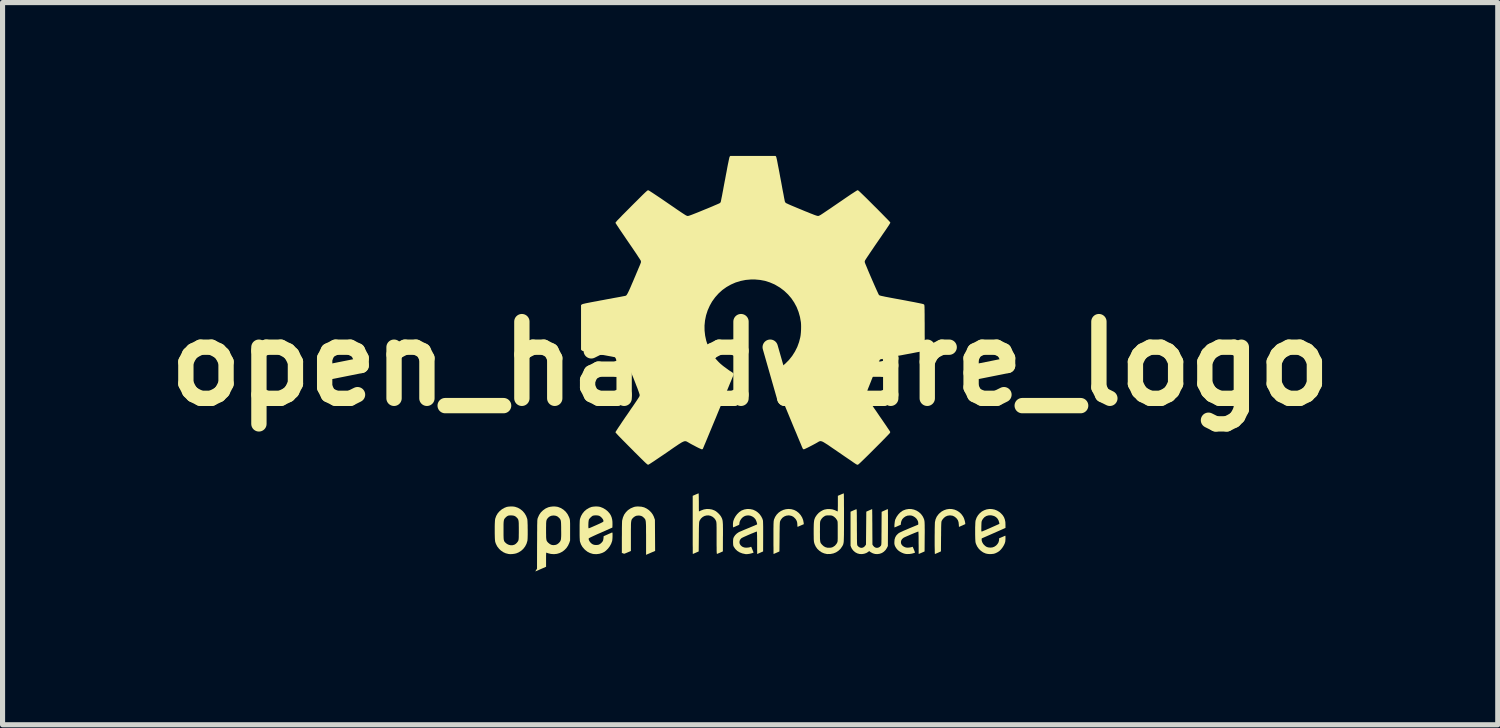
<source format=kicad_pcb>
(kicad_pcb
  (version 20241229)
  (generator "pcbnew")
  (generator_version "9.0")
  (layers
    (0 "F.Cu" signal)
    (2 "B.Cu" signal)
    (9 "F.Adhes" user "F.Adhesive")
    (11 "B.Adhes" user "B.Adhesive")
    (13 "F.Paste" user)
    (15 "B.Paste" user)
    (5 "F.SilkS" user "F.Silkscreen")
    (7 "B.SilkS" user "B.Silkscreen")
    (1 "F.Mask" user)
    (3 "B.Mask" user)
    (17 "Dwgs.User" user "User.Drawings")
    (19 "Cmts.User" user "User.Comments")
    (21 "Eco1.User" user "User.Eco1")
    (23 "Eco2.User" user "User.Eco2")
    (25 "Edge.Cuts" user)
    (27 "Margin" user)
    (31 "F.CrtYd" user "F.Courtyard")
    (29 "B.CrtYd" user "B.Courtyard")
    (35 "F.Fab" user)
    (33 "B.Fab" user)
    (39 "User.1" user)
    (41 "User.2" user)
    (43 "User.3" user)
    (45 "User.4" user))
  (footprint "open_hardware_logo"
    (layer "F.Cu")
    (at 11.621 4.062)
    (property "Reference" "open_hardware_logo" (at 0 0 0) (layer "F.SilkS") (effects (font (size 1.5 1.5) (thickness 0.3))))
    (attr board_only exclude_from_pos_files exclude_from_bom)
    (fp_poly (pts (xy 0.808 2.847) (xy 0.861 2.862) (xy 0.909 2.887) (xy 0.952 2.921) (xy 0.988 2.962) (xy 1.017 3.009) (xy 1.037 3.06) (xy 1.046 3.106) (xy 1.05 3.14) (xy 0.994 3.164) (xy 0.97 3.174) (xy 0.95 3.183) (xy 0.936 3.189) (xy 0.931 3.191) (xy 0.927 3.19) (xy 0.925 3.18) (xy 0.924 3.161) (xy 0.924 3.155) (xy 0.921 3.113) (xy 0.912 3.078) (xy 0.895 3.047) (xy 0.878 3.026) (xy 0.847 2.997) (xy 0.813 2.979) (xy 0.775 2.97) (xy 0.749 2.968) (xy 0.705 2.974) (xy 0.666 2.99) (xy 0.631 3.015) (xy 0.604 3.049) (xy 0.591 3.072) (xy 0.588 3.079) (xy 0.586 3.085) (xy 0.584 3.093) (xy 0.582 3.104) (xy 0.581 3.117) (xy 0.58 3.136) (xy 0.579 3.159) (xy 0.578 3.189) (xy 0.578 3.227) (xy 0.577 3.273) (xy 0.576 3.328) (xy 0.576 3.386) (xy 0.573 3.673) (xy 0.517 3.698) (xy 0.494 3.708) (xy 0.475 3.716) (xy 0.462 3.722) (xy 0.458 3.723) (xy 0.458 3.718) (xy 0.457 3.702) (xy 0.457 3.676) (xy 0.457 3.643) (xy 0.457 3.602) (xy 0.456 3.555) (xy 0.456 3.502) (xy 0.456 3.445) (xy 0.456 3.404) (xy 0.456 3.336) (xy 0.456 3.277) (xy 0.456 3.229) (xy 0.457 3.188) (xy 0.457 3.155) (xy 0.458 3.129) (xy 0.459 3.108) (xy 0.46 3.091) (xy 0.461 3.078) (xy 0.463 3.068) (xy 0.465 3.059) (xy 0.467 3.051) (xy 0.467 3.049) (xy 0.489 2.998) (xy 0.519 2.953) (xy 0.556 2.915) (xy 0.6 2.884) (xy 0.648 2.861) (xy 0.7 2.847) (xy 0.753 2.842)) (stroke (width 0) (type solid)) (fill yes) (layer "F.SilkS"))
    (fp_poly (pts (xy 3.946 2.844) (xy 3.997 2.855) (xy 4.045 2.875) (xy 4.089 2.903) (xy 4.129 2.94) (xy 4.162 2.985) (xy 4.177 3.013) (xy 4.185 3.032) (xy 4.192 3.054) (xy 4.199 3.079) (xy 4.204 3.102) (xy 4.207 3.122) (xy 4.208 3.135) (xy 4.207 3.139) (xy 4.201 3.141) (xy 4.188 3.148) (xy 4.169 3.156) (xy 4.148 3.166) (xy 4.126 3.175) (xy 4.107 3.184) (xy 4.092 3.19) (xy 4.085 3.193) (xy 4.085 3.193) (xy 4.084 3.188) (xy 4.083 3.173) (xy 4.082 3.153) (xy 4.081 3.143) (xy 4.076 3.1) (xy 4.064 3.064) (xy 4.044 3.034) (xy 4.025 3.014) (xy 3.992 2.989) (xy 3.958 2.974) (xy 3.919 2.969) (xy 3.907 2.968) (xy 3.863 2.974) (xy 3.824 2.99) (xy 3.79 3.016) (xy 3.761 3.051) (xy 3.75 3.069) (xy 3.747 3.074) (xy 3.745 3.08) (xy 3.743 3.087) (xy 3.741 3.096) (xy 3.74 3.108) (xy 3.739 3.124) (xy 3.738 3.145) (xy 3.737 3.172) (xy 3.736 3.207) (xy 3.736 3.249) (xy 3.735 3.301) (xy 3.735 3.363) (xy 3.734 3.383) (xy 3.732 3.672) (xy 3.675 3.698) (xy 3.652 3.708) (xy 3.632 3.716) (xy 3.619 3.722) (xy 3.614 3.723) (xy 3.613 3.718) (xy 3.612 3.702) (xy 3.611 3.677) (xy 3.611 3.643) (xy 3.61 3.603) (xy 3.609 3.556) (xy 3.609 3.505) (xy 3.609 3.449) (xy 3.609 3.433) (xy 3.609 3.368) (xy 3.61 3.307) (xy 3.61 3.252) (xy 3.611 3.203) (xy 3.612 3.162) (xy 3.613 3.13) (xy 3.614 3.107) (xy 3.615 3.098) (xy 3.627 3.044) (xy 3.649 2.994) (xy 3.682 2.949) (xy 3.7 2.93) (xy 3.744 2.893) (xy 3.792 2.867) (xy 3.842 2.85) (xy 3.894 2.842)) (stroke (width 0) (type solid)) (fill yes) (layer "F.SilkS"))
    (fp_poly (pts (xy -2.126 2.798) (xy -2.073 2.811) (xy -2.025 2.834) (xy -1.979 2.866) (xy -1.965 2.879) (xy -1.93 2.915) (xy -1.904 2.952) (xy -1.883 2.994) (xy -1.877 3.012) (xy -1.862 3.053) (xy -1.86 3.358) (xy -1.858 3.663) (xy -1.914 3.687) (xy -1.942 3.699) (xy -1.969 3.711) (xy -1.993 3.721) (xy -2.003 3.725) (xy -2.035 3.74) (xy -2.035 3.419) (xy -2.035 3.346) (xy -2.036 3.284) (xy -2.036 3.231) (xy -2.036 3.187) (xy -2.037 3.15) (xy -2.039 3.12) (xy -2.04 3.096) (xy -2.043 3.078) (xy -2.046 3.063) (xy -2.05 3.051) (xy -2.055 3.041) (xy -2.061 3.033) (xy -2.068 3.025) (xy -2.075 3.017) (xy -2.102 2.993) (xy -2.129 2.979) (xy -2.16 2.972) (xy -2.182 2.971) (xy -2.219 2.974) (xy -2.249 2.985) (xy -2.277 3.004) (xy -2.29 3.017) (xy -2.299 3.026) (xy -2.307 3.035) (xy -2.313 3.044) (xy -2.318 3.054) (xy -2.322 3.066) (xy -2.325 3.082) (xy -2.328 3.102) (xy -2.33 3.128) (xy -2.331 3.159) (xy -2.331 3.198) (xy -2.332 3.246) (xy -2.332 3.302) (xy -2.332 3.369) (xy -2.332 3.378) (xy -2.332 3.664) (xy -2.401 3.694) (xy -2.43 3.706) (xy -2.45 3.714) (xy -2.463 3.718) (xy -2.471 3.718) (xy -2.475 3.716) (xy -2.476 3.715) (xy -2.485 3.708) (xy -2.495 3.706) (xy -2.509 3.706) (xy -2.509 3.405) (xy -2.508 3.337) (xy -2.508 3.275) (xy -2.508 3.219) (xy -2.507 3.17) (xy -2.506 3.13) (xy -2.505 3.098) (xy -2.504 3.077) (xy -2.503 3.068) (xy -2.487 3.007) (xy -2.463 2.952) (xy -2.429 2.905) (xy -2.388 2.864) (xy -2.338 2.831) (xy -2.284 2.808) (xy -2.259 2.8) (xy -2.235 2.796) (xy -2.207 2.794) (xy -2.185 2.794)) (stroke (width 0) (type solid)) (fill yes) (layer "F.SilkS"))
    (fp_poly (pts (xy 2.694 2.851) (xy 2.695 2.867) (xy 2.695 2.892) (xy 2.695 2.926) (xy 2.696 2.968) (xy 2.696 3.016) (xy 2.696 3.07) (xy 2.696 3.128) (xy 2.696 3.19) (xy 2.696 3.206) (xy 2.694 3.567) (xy 2.675 3.605) (xy 2.649 3.645) (xy 2.616 3.678) (xy 2.578 3.703) (xy 2.536 3.718) (xy 2.491 3.725) (xy 2.445 3.723) (xy 2.4 3.71) (xy 2.358 3.688) (xy 2.346 3.679) (xy 2.328 3.666) (xy 2.307 3.683) (xy 2.272 3.704) (xy 2.231 3.718) (xy 2.186 3.725) (xy 2.142 3.723) (xy 2.141 3.723) (xy 2.096 3.711) (xy 2.055 3.689) (xy 2.02 3.659) (xy 1.991 3.622) (xy 1.977 3.594) (xy 1.964 3.561) (xy 1.964 3.228) (xy 1.964 2.896) (xy 2.015 2.873) (xy 2.038 2.863) (xy 2.058 2.855) (xy 2.072 2.849) (xy 2.076 2.848) (xy 2.078 2.847) (xy 2.08 2.849) (xy 2.082 2.852) (xy 2.083 2.859) (xy 2.084 2.87) (xy 2.085 2.885) (xy 2.086 2.906) (xy 2.086 2.934) (xy 2.087 2.969) (xy 2.087 3.012) (xy 2.087 3.064) (xy 2.088 3.126) (xy 2.088 3.195) (xy 2.088 3.267) (xy 2.089 3.328) (xy 2.089 3.38) (xy 2.089 3.423) (xy 2.09 3.458) (xy 2.09 3.486) (xy 2.091 3.508) (xy 2.092 3.525) (xy 2.093 3.537) (xy 2.095 3.546) (xy 2.096 3.552) (xy 2.098 3.557) (xy 2.101 3.56) (xy 2.102 3.562) (xy 2.125 3.585) (xy 2.152 3.599) (xy 2.18 3.603) (xy 2.208 3.597) (xy 2.233 3.581) (xy 2.25 3.562) (xy 2.266 3.539) (xy 2.269 3.217) (xy 2.272 2.895) (xy 2.328 2.87) (xy 2.351 2.86) (xy 2.37 2.852) (xy 2.383 2.846) (xy 2.387 2.845) (xy 2.387 2.851) (xy 2.387 2.867) (xy 2.388 2.892) (xy 2.388 2.926) (xy 2.389 2.967) (xy 2.389 3.015) (xy 2.389 3.068) (xy 2.39 3.126) (xy 2.39 3.188) (xy 2.39 3.191) (xy 2.392 3.538) (xy 2.405 3.559) (xy 2.426 3.583) (xy 2.451 3.598) (xy 2.479 3.603) (xy 2.507 3.599) (xy 2.534 3.585) (xy 2.557 3.562) (xy 2.559 3.558) (xy 2.561 3.554) (xy 2.563 3.548) (xy 2.565 3.54) (xy 2.566 3.529) (xy 2.567 3.513) (xy 2.568 3.492) (xy 2.568 3.465) (xy 2.569 3.432) (xy 2.569 3.39) (xy 2.569 3.34) (xy 2.57 3.279) (xy 2.57 3.222) (xy 2.572 2.898) (xy 2.631 2.871) (xy 2.654 2.861) (xy 2.674 2.852) (xy 2.688 2.847) (xy 2.693 2.845)) (stroke (width 0) (type solid)) (fill yes) (layer "F.SilkS"))
    (fp_poly (pts (xy -1.007 2.543) (xy -1.006 2.558) (xy -1.005 2.582) (xy -1.004 2.614) (xy -1.004 2.651) (xy -1.003 2.693) (xy -1.003 2.714) (xy -1.003 2.757) (xy -1.003 2.797) (xy -1.003 2.832) (xy -1.002 2.859) (xy -1.002 2.879) (xy -1.001 2.889) (xy -1.001 2.891) (xy -0.995 2.888) (xy -0.982 2.882) (xy -0.963 2.874) (xy -0.957 2.871) (xy -0.906 2.852) (xy -0.852 2.843) (xy -0.798 2.844) (xy -0.745 2.853) (xy -0.696 2.872) (xy -0.668 2.888) (xy -0.642 2.909) (xy -0.614 2.935) (xy -0.589 2.963) (xy -0.57 2.99) (xy -0.565 2.999) (xy -0.558 3.013) (xy -0.551 3.027) (xy -0.546 3.041) (xy -0.542 3.056) (xy -0.538 3.074) (xy -0.536 3.095) (xy -0.534 3.12) (xy -0.532 3.152) (xy -0.532 3.189) (xy -0.531 3.235) (xy -0.531 3.289) (xy -0.531 3.353) (xy -0.532 3.389) (xy -0.533 3.672) (xy -0.584 3.695) (xy -0.607 3.705) (xy -0.627 3.713) (xy -0.641 3.719) (xy -0.645 3.721) (xy -0.648 3.721) (xy -0.649 3.72) (xy -0.651 3.716) (xy -0.652 3.709) (xy -0.653 3.698) (xy -0.654 3.682) (xy -0.655 3.66) (xy -0.655 3.632) (xy -0.655 3.595) (xy -0.656 3.55) (xy -0.656 3.496) (xy -0.656 3.431) (xy -0.656 3.416) (xy -0.656 3.348) (xy -0.656 3.292) (xy -0.656 3.244) (xy -0.656 3.205) (xy -0.657 3.173) (xy -0.657 3.148) (xy -0.658 3.129) (xy -0.659 3.114) (xy -0.661 3.102) (xy -0.662 3.093) (xy -0.664 3.085) (xy -0.667 3.078) (xy -0.667 3.077) (xy -0.679 3.053) (xy -0.697 3.029) (xy -0.703 3.022) (xy -0.737 2.994) (xy -0.775 2.976) (xy -0.815 2.968) (xy -0.854 2.97) (xy -0.893 2.98) (xy -0.928 2.999) (xy -0.959 3.027) (xy -0.984 3.063) (xy -0.988 3.072) (xy -0.991 3.079) (xy -0.993 3.085) (xy -0.995 3.093) (xy -0.997 3.104) (xy -0.998 3.117) (xy -0.999 3.136) (xy -1 3.159) (xy -1.001 3.189) (xy -1.002 3.227) (xy -1.002 3.273) (xy -1.003 3.328) (xy -1.003 3.386) (xy -1.006 3.673) (xy -1.063 3.698) (xy -1.086 3.708) (xy -1.105 3.716) (xy -1.117 3.722) (xy -1.121 3.723) (xy -1.121 3.717) (xy -1.122 3.701) (xy -1.122 3.675) (xy -1.122 3.64) (xy -1.122 3.596) (xy -1.123 3.545) (xy -1.123 3.487) (xy -1.123 3.423) (xy -1.123 3.354) (xy -1.123 3.28) (xy -1.123 3.203) (xy -1.123 3.154) (xy -1.123 2.585) (xy -1.068 2.561) (xy -1.044 2.551) (xy -1.025 2.543) (xy -1.012 2.538) (xy -1.008 2.537)) (stroke (width 0) (type solid)) (fill yes) (layer "F.SilkS"))
    (fp_poly (pts (xy -4.622 2.796) (xy -4.598 2.8) (xy -4.542 2.819) (xy -4.492 2.848) (xy -4.447 2.885) (xy -4.41 2.929) (xy -4.381 2.978) (xy -4.361 3.032) (xy -4.358 3.044) (xy -4.356 3.061) (xy -4.354 3.087) (xy -4.353 3.122) (xy -4.351 3.162) (xy -4.351 3.205) (xy -4.35 3.251) (xy -4.35 3.297) (xy -4.35 3.342) (xy -4.351 3.382) (xy -4.352 3.418) (xy -4.354 3.446) (xy -4.356 3.465) (xy -4.357 3.468) (xy -4.374 3.524) (xy -4.401 3.576) (xy -4.437 3.623) (xy -4.48 3.662) (xy -4.529 3.692) (xy -4.575 3.711) (xy -4.611 3.719) (xy -4.651 3.724) (xy -4.691 3.726) (xy -4.725 3.723) (xy -4.725 3.723) (xy -4.781 3.709) (xy -4.829 3.687) (xy -4.874 3.656) (xy -4.909 3.623) (xy -4.946 3.576) (xy -4.972 3.525) (xy -4.986 3.485) (xy -4.988 3.468) (xy -4.991 3.441) (xy -4.993 3.406) (xy -4.994 3.365) (xy -4.995 3.32) (xy -4.995 3.273) (xy -4.995 3.257) (xy -4.823 3.257) (xy -4.823 3.311) (xy -4.823 3.355) (xy -4.822 3.39) (xy -4.821 3.417) (xy -4.819 3.439) (xy -4.815 3.455) (xy -4.811 3.469) (xy -4.805 3.48) (xy -4.797 3.49) (xy -4.787 3.5) (xy -4.785 3.503) (xy -4.755 3.527) (xy -4.719 3.544) (xy -4.681 3.552) (xy -4.644 3.551) (xy -4.61 3.541) (xy -4.587 3.527) (xy -4.564 3.506) (xy -4.545 3.482) (xy -4.532 3.458) (xy -4.532 3.457) (xy -4.53 3.448) (xy -4.528 3.434) (xy -4.526 3.413) (xy -4.525 3.386) (xy -4.525 3.351) (xy -4.524 3.306) (xy -4.524 3.258) (xy -4.524 3.205) (xy -4.525 3.161) (xy -4.525 3.126) (xy -4.527 3.098) (xy -4.529 3.077) (xy -4.533 3.06) (xy -4.537 3.047) (xy -4.543 3.036) (xy -4.551 3.025) (xy -4.56 3.015) (xy -4.583 2.993) (xy -4.607 2.979) (xy -4.635 2.971) (xy -4.67 2.968) (xy -4.675 2.968) (xy -4.707 2.969) (xy -4.731 2.973) (xy -4.751 2.983) (xy -4.771 2.998) (xy -4.781 3.008) (xy -4.792 3.02) (xy -4.801 3.03) (xy -4.808 3.041) (xy -4.813 3.054) (xy -4.817 3.07) (xy -4.82 3.091) (xy -4.822 3.117) (xy -4.823 3.15) (xy -4.823 3.192) (xy -4.823 3.244) (xy -4.823 3.257) (xy -4.995 3.257) (xy -4.995 3.225) (xy -4.995 3.178) (xy -4.994 3.135) (xy -4.992 3.096) (xy -4.99 3.064) (xy -4.987 3.04) (xy -4.985 3.031) (xy -4.966 2.978) (xy -4.937 2.928) (xy -4.899 2.885) (xy -4.854 2.848) (xy -4.803 2.819) (xy -4.759 2.802) (xy -4.73 2.797) (xy -4.694 2.794) (xy -4.657 2.793)) (stroke (width 0) (type solid)) (fill yes) (layer "F.SilkS"))
    (fp_poly (pts (xy 4.727 2.844) (xy 4.779 2.854) (xy 4.828 2.873) (xy 4.876 2.902) (xy 4.907 2.929) (xy 4.941 2.966) (xy 4.966 3.006) (xy 4.982 3.049) (xy 4.992 3.098) (xy 4.994 3.153) (xy 4.994 3.213) (xy 4.762 3.316) (xy 4.53 3.418) (xy 4.528 3.437) (xy 4.53 3.465) (xy 4.541 3.496) (xy 4.558 3.525) (xy 4.572 3.542) (xy 4.6 3.568) (xy 4.629 3.586) (xy 4.662 3.595) (xy 4.702 3.598) (xy 4.706 3.598) (xy 4.744 3.593) (xy 4.779 3.579) (xy 4.811 3.557) (xy 4.837 3.529) (xy 4.857 3.497) (xy 4.867 3.462) (xy 4.869 3.443) (xy 4.869 3.417) (xy 4.927 3.392) (xy 4.951 3.382) (xy 4.971 3.373) (xy 4.985 3.367) (xy 4.99 3.365) (xy 4.992 3.369) (xy 4.994 3.382) (xy 4.994 3.401) (xy 4.994 3.423) (xy 4.993 3.447) (xy 4.991 3.468) (xy 4.989 3.486) (xy 4.988 3.489) (xy 4.976 3.525) (xy 4.956 3.564) (xy 4.931 3.603) (xy 4.903 3.637) (xy 4.874 3.665) (xy 4.869 3.669) (xy 4.836 3.69) (xy 4.801 3.707) (xy 4.769 3.718) (xy 4.755 3.72) (xy 4.727 3.723) (xy 4.707 3.725) (xy 4.689 3.725) (xy 4.671 3.724) (xy 4.661 3.723) (xy 4.638 3.72) (xy 4.615 3.715) (xy 4.604 3.712) (xy 4.556 3.691) (xy 4.512 3.66) (xy 4.473 3.622) (xy 4.441 3.577) (xy 4.418 3.528) (xy 4.41 3.503) (xy 4.407 3.486) (xy 4.405 3.46) (xy 4.403 3.425) (xy 4.402 3.385) (xy 4.401 3.341) (xy 4.401 3.295) (xy 4.401 3.248) (xy 4.401 3.248) (xy 4.521 3.248) (xy 4.522 3.265) (xy 4.523 3.276) (xy 4.525 3.282) (xy 4.528 3.284) (xy 4.529 3.284) (xy 4.537 3.282) (xy 4.553 3.275) (xy 4.577 3.265) (xy 4.608 3.253) (xy 4.643 3.237) (xy 4.683 3.22) (xy 4.707 3.209) (xy 4.875 3.134) (xy 4.872 3.111) (xy 4.859 3.068) (xy 4.838 3.031) (xy 4.809 3.002) (xy 4.773 2.981) (xy 4.729 2.969) (xy 4.707 2.966) (xy 4.661 2.968) (xy 4.62 2.98) (xy 4.584 3.002) (xy 4.555 3.034) (xy 4.54 3.058) (xy 4.534 3.069) (xy 4.53 3.08) (xy 4.527 3.092) (xy 4.525 3.107) (xy 4.524 3.129) (xy 4.523 3.157) (xy 4.522 3.186) (xy 4.522 3.222) (xy 4.521 3.248) (xy 4.401 3.248) (xy 4.401 3.202) (xy 4.403 3.16) (xy 4.404 3.123) (xy 4.406 3.093) (xy 4.409 3.072) (xy 4.41 3.066) (xy 4.429 3.012) (xy 4.457 2.965) (xy 4.492 2.925) (xy 4.532 2.892) (xy 4.577 2.868) (xy 4.625 2.851) (xy 4.676 2.843)) (stroke (width 0) (type solid)) (fill yes) (layer "F.SilkS"))
    (fp_poly (pts (xy -3.775 2.799) (xy -3.757 2.803) (xy -3.7 2.825) (xy -3.65 2.857) (xy -3.606 2.897) (xy -3.57 2.945) (xy -3.542 3.001) (xy -3.531 3.031) (xy -3.528 3.041) (xy -3.526 3.052) (xy -3.524 3.066) (xy -3.523 3.083) (xy -3.522 3.105) (xy -3.521 3.133) (xy -3.521 3.169) (xy -3.521 3.214) (xy -3.521 3.261) (xy -3.521 3.458) (xy -3.536 3.504) (xy -3.561 3.559) (xy -3.594 3.608) (xy -3.636 3.65) (xy -3.673 3.678) (xy -3.724 3.704) (xy -3.778 3.72) (xy -3.836 3.726) (xy -3.895 3.722) (xy -3.954 3.708) (xy -3.981 3.697) (xy -3.984 3.697) (xy -3.987 3.699) (xy -3.988 3.704) (xy -3.99 3.715) (xy -3.99 3.731) (xy -3.991 3.756) (xy -3.991 3.789) (xy -3.991 3.832) (xy -3.991 3.833) (xy -3.991 3.973) (xy -4.078 4.011) (xy -4.117 4.028) (xy -4.147 4.042) (xy -4.169 4.051) (xy -4.185 4.058) (xy -4.194 4.061) (xy -4.199 4.063) (xy -4.201 4.062) (xy -4.2 4.06) (xy -4.199 4.058) (xy -4.193 4.049) (xy -4.184 4.035) (xy -4.181 4.03) (xy -4.168 4.009) (xy -4.167 3.531) (xy -4.166 3.446) (xy -4.166 3.372) (xy -4.166 3.308) (xy -4.165 3.258) (xy -3.991 3.258) (xy -3.991 3.312) (xy -3.99 3.355) (xy -3.99 3.39) (xy -3.988 3.417) (xy -3.985 3.439) (xy -3.982 3.455) (xy -3.976 3.469) (xy -3.969 3.48) (xy -3.961 3.49) (xy -3.95 3.502) (xy -3.949 3.503) (xy -3.915 3.53) (xy -3.88 3.546) (xy -3.842 3.55) (xy -3.801 3.544) (xy -3.798 3.543) (xy -3.774 3.533) (xy -3.75 3.515) (xy -3.74 3.506) (xy -3.728 3.493) (xy -3.718 3.481) (xy -3.711 3.468) (xy -3.705 3.454) (xy -3.7 3.435) (xy -3.698 3.412) (xy -3.696 3.383) (xy -3.695 3.347) (xy -3.695 3.301) (xy -3.696 3.246) (xy -3.696 3.246) (xy -3.696 3.194) (xy -3.697 3.152) (xy -3.698 3.119) (xy -3.7 3.093) (xy -3.703 3.072) (xy -3.708 3.057) (xy -3.714 3.044) (xy -3.721 3.033) (xy -3.732 3.021) (xy -3.744 3.009) (xy -3.77 2.988) (xy -3.799 2.976) (xy -3.833 2.971) (xy -3.847 2.97) (xy -3.886 2.975) (xy -3.919 2.988) (xy -3.947 3.01) (xy -3.952 3.015) (xy -3.962 3.027) (xy -3.97 3.038) (xy -3.977 3.049) (xy -3.982 3.063) (xy -3.986 3.079) (xy -3.988 3.1) (xy -3.99 3.127) (xy -3.99 3.161) (xy -3.991 3.203) (xy -3.991 3.256) (xy -3.991 3.258) (xy -4.165 3.258) (xy -4.165 3.252) (xy -4.165 3.205) (xy -4.165 3.166) (xy -4.164 3.133) (xy -4.163 3.106) (xy -4.163 3.085) (xy -4.162 3.068) (xy -4.161 3.054) (xy -4.159 3.044) (xy -4.158 3.035) (xy -4.156 3.028) (xy -4.154 3.021) (xy -4.152 3.016) (xy -4.127 2.96) (xy -4.094 2.911) (xy -4.051 2.869) (xy -4.002 2.834) (xy -3.947 2.809) (xy -3.943 2.808) (xy -3.905 2.799) (xy -3.861 2.794) (xy -3.816 2.794)) (stroke (width 0) (type solid)) (fill yes) (layer "F.SilkS"))
    (fp_poly (pts (xy -2.993 2.794) (xy -2.957 2.797) (xy -2.93 2.803) (xy -2.877 2.824) (xy -2.828 2.853) (xy -2.784 2.889) (xy -2.748 2.93) (xy -2.723 2.971) (xy -2.708 3.009) (xy -2.698 3.049) (xy -2.693 3.092) (xy -2.692 3.143) (xy -2.692 3.146) (xy -2.694 3.206) (xy -2.926 3.309) (xy -2.982 3.333) (xy -3.028 3.354) (xy -3.065 3.371) (xy -3.095 3.385) (xy -3.118 3.396) (xy -3.134 3.404) (xy -3.146 3.411) (xy -3.153 3.416) (xy -3.157 3.42) (xy -3.159 3.424) (xy -3.159 3.425) (xy -3.154 3.449) (xy -3.141 3.475) (xy -3.122 3.5) (xy -3.099 3.521) (xy -3.074 3.536) (xy -3.074 3.536) (xy -3.048 3.544) (xy -3.018 3.547) (xy -2.988 3.546) (xy -2.962 3.541) (xy -2.952 3.537) (xy -2.931 3.524) (xy -2.909 3.505) (xy -2.89 3.484) (xy -2.881 3.469) (xy -2.875 3.455) (xy -2.871 3.433) (xy -2.868 3.414) (xy -2.865 3.375) (xy -2.788 3.341) (xy -2.76 3.328) (xy -2.735 3.318) (xy -2.716 3.309) (xy -2.703 3.304) (xy -2.701 3.304) (xy -2.697 3.303) (xy -2.694 3.306) (xy -2.692 3.314) (xy -2.691 3.329) (xy -2.691 3.353) (xy -2.691 3.371) (xy -2.692 3.409) (xy -2.695 3.442) (xy -2.698 3.467) (xy -2.7 3.472) (xy -2.718 3.523) (xy -2.745 3.572) (xy -2.779 3.617) (xy -2.818 3.656) (xy -2.847 3.679) (xy -2.895 3.703) (xy -2.948 3.719) (xy -3.003 3.726) (xy -3.058 3.724) (xy -3.081 3.72) (xy -3.132 3.704) (xy -3.177 3.682) (xy -3.219 3.65) (xy -3.239 3.632) (xy -3.279 3.586) (xy -3.308 3.536) (xy -3.327 3.483) (xy -3.329 3.473) (xy -3.331 3.459) (xy -3.332 3.433) (xy -3.334 3.399) (xy -3.335 3.357) (xy -3.335 3.308) (xy -3.335 3.256) (xy -3.335 3.202) (xy -3.335 3.157) (xy -3.164 3.157) (xy -3.164 3.182) (xy -3.163 3.203) (xy -3.161 3.217) (xy -3.158 3.221) (xy -3.151 3.219) (xy -3.135 3.213) (xy -3.111 3.203) (xy -3.081 3.19) (xy -3.047 3.175) (xy -3.01 3.159) (xy -2.968 3.14) (xy -2.935 3.125) (xy -2.911 3.113) (xy -2.893 3.104) (xy -2.881 3.097) (xy -2.874 3.092) (xy -2.87 3.087) (xy -2.869 3.082) (xy -2.871 3.062) (xy -2.882 3.04) (xy -2.9 3.017) (xy -2.922 2.995) (xy -2.947 2.979) (xy -2.948 2.978) (xy -2.967 2.972) (xy -2.993 2.968) (xy -3.021 2.967) (xy -3.049 2.969) (xy -3.072 2.973) (xy -3.082 2.977) (xy -3.101 2.991) (xy -3.122 3.01) (xy -3.141 3.031) (xy -3.152 3.047) (xy -3.156 3.06) (xy -3.159 3.079) (xy -3.162 3.103) (xy -3.163 3.13) (xy -3.164 3.157) (xy -3.335 3.157) (xy -3.335 3.157) (xy -3.334 3.121) (xy -3.333 3.092) (xy -3.332 3.07) (xy -3.33 3.053) (xy -3.328 3.04) (xy -3.327 3.036) (xy -3.307 2.981) (xy -3.278 2.931) (xy -3.242 2.887) (xy -3.198 2.85) (xy -3.149 2.821) (xy -3.099 2.802) (xy -3.068 2.797) (xy -3.031 2.794)) (stroke (width 0) (type solid)) (fill yes) (layer "F.SilkS"))
    (fp_poly (pts (xy 3.153 2.844) (xy 3.205 2.855) (xy 3.255 2.875) (xy 3.3 2.903) (xy 3.34 2.939) (xy 3.373 2.983) (xy 3.388 3.012) (xy 3.394 3.025) (xy 3.399 3.038) (xy 3.404 3.051) (xy 3.407 3.066) (xy 3.41 3.083) (xy 3.412 3.105) (xy 3.413 3.131) (xy 3.414 3.163) (xy 3.414 3.202) (xy 3.415 3.25) (xy 3.415 3.306) (xy 3.414 3.372) (xy 3.414 3.389) (xy 3.412 3.673) (xy 3.355 3.698) (xy 3.332 3.708) (xy 3.313 3.716) (xy 3.301 3.722) (xy 3.297 3.723) (xy 3.297 3.718) (xy 3.296 3.702) (xy 3.296 3.677) (xy 3.296 3.645) (xy 3.296 3.606) (xy 3.296 3.562) (xy 3.295 3.514) (xy 3.295 3.504) (xy 3.295 3.446) (xy 3.295 3.395) (xy 3.294 3.354) (xy 3.293 3.321) (xy 3.292 3.299) (xy 3.291 3.286) (xy 3.29 3.284) (xy 3.282 3.286) (xy 3.265 3.292) (xy 3.241 3.302) (xy 3.212 3.313) (xy 3.179 3.327) (xy 3.145 3.341) (xy 3.111 3.356) (xy 3.078 3.37) (xy 3.048 3.383) (xy 3.024 3.394) (xy 3.006 3.403) (xy 2.998 3.408) (xy 2.971 3.432) (xy 2.955 3.459) (xy 2.949 3.488) (xy 2.952 3.517) (xy 2.965 3.544) (xy 2.988 3.568) (xy 3.013 3.583) (xy 3.034 3.592) (xy 3.054 3.597) (xy 3.079 3.599) (xy 3.086 3.599) (xy 3.113 3.597) (xy 3.139 3.593) (xy 3.152 3.59) (xy 3.168 3.585) (xy 3.178 3.582) (xy 3.179 3.582) (xy 3.182 3.588) (xy 3.188 3.602) (xy 3.197 3.622) (xy 3.204 3.639) (xy 3.226 3.695) (xy 3.205 3.704) (xy 3.164 3.716) (xy 3.117 3.723) (xy 3.068 3.724) (xy 3.045 3.722) (xy 3.008 3.714) (xy 2.968 3.698) (xy 2.929 3.677) (xy 2.895 3.652) (xy 2.886 3.644) (xy 2.856 3.608) (xy 2.838 3.577) (xy 2.829 3.556) (xy 2.824 3.538) (xy 2.821 3.52) (xy 2.821 3.495) (xy 2.821 3.49) (xy 2.825 3.439) (xy 2.839 3.395) (xy 2.862 3.357) (xy 2.895 3.324) (xy 2.912 3.312) (xy 2.924 3.305) (xy 2.944 3.295) (xy 2.973 3.282) (xy 3.007 3.266) (xy 3.046 3.25) (xy 3.088 3.232) (xy 3.113 3.221) (xy 3.287 3.149) (xy 3.289 3.126) (xy 3.286 3.094) (xy 3.273 3.062) (xy 3.252 3.031) (xy 3.224 3.005) (xy 3.195 2.987) (xy 3.171 2.976) (xy 3.15 2.971) (xy 3.126 2.969) (xy 3.12 2.969) (xy 3.078 2.973) (xy 3.039 2.988) (xy 3.006 3.011) (xy 2.978 3.04) (xy 2.959 3.076) (xy 2.949 3.116) (xy 2.949 3.119) (xy 2.946 3.151) (xy 2.889 3.176) (xy 2.865 3.187) (xy 2.845 3.195) (xy 2.831 3.201) (xy 2.826 3.204) (xy 2.823 3.2) (xy 2.822 3.187) (xy 2.822 3.168) (xy 2.823 3.144) (xy 2.826 3.119) (xy 2.829 3.093) (xy 2.833 3.071) (xy 2.837 3.053) (xy 2.839 3.049) (xy 2.863 2.999) (xy 2.895 2.953) (xy 2.933 2.913) (xy 2.976 2.881) (xy 2.995 2.871) (xy 3.046 2.852) (xy 3.1 2.843)) (stroke (width 0) (type solid)) (fill yes) (layer "F.SilkS"))
    (fp_poly (pts (xy 1.832 2.543) (xy 1.833 2.559) (xy 1.834 2.585) (xy 1.834 2.619) (xy 1.835 2.662) (xy 1.835 2.712) (xy 1.835 2.768) (xy 1.836 2.83) (xy 1.836 2.897) (xy 1.836 2.967) (xy 1.836 3.006) (xy 1.836 3.094) (xy 1.836 3.17) (xy 1.836 3.237) (xy 1.835 3.295) (xy 1.835 3.345) (xy 1.834 3.387) (xy 1.833 3.422) (xy 1.832 3.451) (xy 1.831 3.476) (xy 1.829 3.495) (xy 1.826 3.512) (xy 1.823 3.525) (xy 1.82 3.536) (xy 1.816 3.546) (xy 1.811 3.556) (xy 1.805 3.566) (xy 1.802 3.572) (xy 1.768 3.621) (xy 1.727 3.66) (xy 1.68 3.691) (xy 1.628 3.712) (xy 1.571 3.723) (xy 1.511 3.724) (xy 1.499 3.723) (xy 1.447 3.711) (xy 1.398 3.69) (xy 1.353 3.659) (xy 1.314 3.622) (xy 1.283 3.578) (xy 1.26 3.528) (xy 1.252 3.5) (xy 1.249 3.487) (xy 1.247 3.469) (xy 1.245 3.447) (xy 1.244 3.419) (xy 1.244 3.383) (xy 1.243 3.338) (xy 1.243 3.284) (xy 1.365 3.284) (xy 1.366 3.339) (xy 1.366 3.383) (xy 1.366 3.419) (xy 1.368 3.448) (xy 1.37 3.47) (xy 1.373 3.487) (xy 1.377 3.501) (xy 1.383 3.513) (xy 1.391 3.523) (xy 1.401 3.535) (xy 1.409 3.544) (xy 1.44 3.572) (xy 1.473 3.59) (xy 1.51 3.6) (xy 1.551 3.601) (xy 1.58 3.599) (xy 1.604 3.593) (xy 1.622 3.585) (xy 1.659 3.56) (xy 1.688 3.526) (xy 1.7 3.506) (xy 1.703 3.499) (xy 1.706 3.492) (xy 1.709 3.484) (xy 1.71 3.474) (xy 1.712 3.46) (xy 1.712 3.441) (xy 1.713 3.416) (xy 1.713 3.383) (xy 1.713 3.342) (xy 1.713 3.29) (xy 1.713 3.284) (xy 1.713 3.232) (xy 1.713 3.189) (xy 1.713 3.156) (xy 1.712 3.13) (xy 1.712 3.11) (xy 1.71 3.095) (xy 1.709 3.085) (xy 1.707 3.076) (xy 1.704 3.07) (xy 1.7 3.063) (xy 1.7 3.062) (xy 1.674 3.024) (xy 1.641 2.994) (xy 1.622 2.983) (xy 1.607 2.975) (xy 1.593 2.971) (xy 1.576 2.969) (xy 1.553 2.968) (xy 1.539 2.968) (xy 1.512 2.968) (xy 1.492 2.97) (xy 1.477 2.973) (xy 1.462 2.979) (xy 1.458 2.982) (xy 1.425 3.004) (xy 1.396 3.036) (xy 1.378 3.067) (xy 1.374 3.074) (xy 1.372 3.082) (xy 1.37 3.092) (xy 1.368 3.104) (xy 1.367 3.12) (xy 1.366 3.142) (xy 1.366 3.171) (xy 1.366 3.207) (xy 1.366 3.253) (xy 1.365 3.284) (xy 1.243 3.284) (xy 1.243 3.227) (xy 1.244 3.179) (xy 1.245 3.14) (xy 1.247 3.109) (xy 1.25 3.083) (xy 1.253 3.061) (xy 1.259 3.042) (xy 1.265 3.025) (xy 1.273 3.007) (xy 1.278 2.998) (xy 1.306 2.957) (xy 1.341 2.919) (xy 1.383 2.888) (xy 1.427 2.864) (xy 1.455 2.854) (xy 1.504 2.845) (xy 1.556 2.844) (xy 1.607 2.85) (xy 1.655 2.865) (xy 1.681 2.877) (xy 1.697 2.885) (xy 1.708 2.89) (xy 1.711 2.891) (xy 1.712 2.885) (xy 1.714 2.87) (xy 1.715 2.846) (xy 1.715 2.815) (xy 1.716 2.779) (xy 1.716 2.739) (xy 1.716 2.738) (xy 1.716 2.585) (xy 1.772 2.561) (xy 1.795 2.551) (xy 1.815 2.543) (xy 1.828 2.538) (xy 1.832 2.537)) (stroke (width 0) (type solid)) (fill yes) (layer "F.SilkS"))
    (fp_poly (pts (xy -0.003 2.844) (xy 0.051 2.855) (xy 0.063 2.859) (xy 0.107 2.88) (xy 0.149 2.909) (xy 0.187 2.946) (xy 0.217 2.988) (xy 0.24 3.033) (xy 0.251 3.069) (xy 0.252 3.083) (xy 0.253 3.109) (xy 0.254 3.145) (xy 0.255 3.193) (xy 0.255 3.251) (xy 0.255 3.32) (xy 0.255 3.386) (xy 0.254 3.673) (xy 0.197 3.698) (xy 0.174 3.708) (xy 0.155 3.716) (xy 0.143 3.722) (xy 0.139 3.723) (xy 0.138 3.718) (xy 0.138 3.702) (xy 0.138 3.677) (xy 0.137 3.645) (xy 0.137 3.606) (xy 0.137 3.562) (xy 0.137 3.514) (xy 0.137 3.504) (xy 0.137 3.455) (xy 0.136 3.409) (xy 0.136 3.369) (xy 0.135 3.336) (xy 0.134 3.309) (xy 0.133 3.292) (xy 0.132 3.284) (xy 0.132 3.284) (xy 0.123 3.286) (xy 0.106 3.292) (xy 0.082 3.302) (xy 0.053 3.314) (xy 0.02 3.327) (xy -0.015 3.342) (xy -0.05 3.357) (xy -0.083 3.372) (xy -0.113 3.385) (xy -0.138 3.397) (xy -0.156 3.406) (xy -0.166 3.411) (xy -0.167 3.411) (xy -0.191 3.436) (xy -0.205 3.464) (xy -0.209 3.493) (xy -0.204 3.522) (xy -0.189 3.549) (xy -0.165 3.572) (xy -0.146 3.584) (xy -0.125 3.592) (xy -0.107 3.597) (xy -0.084 3.599) (xy -0.07 3.599) (xy -0.037 3.597) (xy -0.01 3.592) (xy -0.003 3.59) (xy 0.011 3.584) (xy 0.02 3.582) (xy 0.021 3.582) (xy 0.024 3.588) (xy 0.03 3.602) (xy 0.038 3.622) (xy 0.045 3.639) (xy 0.068 3.695) (xy 0.047 3.704) (xy 0.021 3.712) (xy -0.01 3.719) (xy -0.043 3.724) (xy -0.072 3.726) (xy -0.091 3.725) (xy -0.152 3.712) (xy -0.206 3.691) (xy -0.252 3.662) (xy -0.29 3.625) (xy -0.32 3.581) (xy -0.32 3.581) (xy -0.326 3.568) (xy -0.33 3.555) (xy -0.332 3.54) (xy -0.333 3.519) (xy -0.334 3.49) (xy -0.334 3.489) (xy -0.333 3.46) (xy -0.332 3.44) (xy -0.33 3.424) (xy -0.326 3.411) (xy -0.32 3.397) (xy -0.317 3.39) (xy -0.293 3.355) (xy -0.261 3.323) (xy -0.223 3.297) (xy -0.213 3.292) (xy -0.2 3.286) (xy -0.177 3.277) (xy -0.148 3.264) (xy -0.113 3.249) (xy -0.074 3.233) (xy -0.033 3.216) (xy -0.024 3.213) (xy 0.015 3.196) (xy 0.051 3.181) (xy 0.083 3.168) (xy 0.108 3.157) (xy 0.126 3.149) (xy 0.135 3.145) (xy 0.136 3.145) (xy 0.137 3.137) (xy 0.134 3.121) (xy 0.128 3.101) (xy 0.121 3.08) (xy 0.112 3.06) (xy 0.104 3.044) (xy 0.103 3.042) (xy 0.075 3.011) (xy 0.04 2.988) (xy 0.001 2.973) (xy -0.04 2.968) (xy -0.081 2.973) (xy -0.107 2.982) (xy -0.14 3.001) (xy -0.168 3.029) (xy -0.191 3.062) (xy -0.206 3.097) (xy -0.211 3.133) (xy -0.211 3.141) (xy -0.214 3.148) (xy -0.221 3.154) (xy -0.234 3.161) (xy -0.255 3.17) (xy -0.267 3.175) (xy -0.29 3.186) (xy -0.31 3.194) (xy -0.324 3.2) (xy -0.329 3.203) (xy -0.333 3.199) (xy -0.335 3.187) (xy -0.336 3.168) (xy -0.336 3.145) (xy -0.335 3.121) (xy -0.332 3.097) (xy -0.328 3.076) (xy -0.328 3.076) (xy -0.31 3.029) (xy -0.284 2.983) (xy -0.252 2.941) (xy -0.214 2.904) (xy -0.173 2.876) (xy -0.163 2.871) (xy -0.113 2.852) (xy -0.059 2.843)) (stroke (width 0) (type solid)) (fill yes) (layer "F.SilkS"))
    (fp_poly (pts (xy 0.508 -4.048) (xy 0.511 -4.041) (xy 0.515 -4.025) (xy 0.521 -4.001) (xy 0.528 -3.969) (xy 0.536 -3.926) (xy 0.546 -3.874) (xy 0.558 -3.813) (xy 0.572 -3.74) (xy 0.587 -3.657) (xy 0.595 -3.615) (xy 0.608 -3.547) (xy 0.62 -3.481) (xy 0.631 -3.42) (xy 0.642 -3.363) (xy 0.652 -3.313) (xy 0.66 -3.268) (xy 0.667 -3.231) (xy 0.673 -3.203) (xy 0.676 -3.184) (xy 0.678 -3.175) (xy 0.686 -3.158) (xy 0.696 -3.144) (xy 0.697 -3.143) (xy 0.704 -3.139) (xy 0.722 -3.131) (xy 0.747 -3.119) (xy 0.781 -3.104) (xy 0.82 -3.087) (xy 0.866 -3.068) (xy 0.916 -3.047) (xy 0.969 -3.025) (xy 1.006 -3.01) (xy 1.072 -2.982) (xy 1.129 -2.96) (xy 1.176 -2.94) (xy 1.216 -2.925) (xy 1.248 -2.912) (xy 1.273 -2.903) (xy 1.293 -2.896) (xy 1.309 -2.892) (xy 1.32 -2.889) (xy 1.328 -2.888) (xy 1.329 -2.888) (xy 1.334 -2.889) (xy 1.339 -2.89) (xy 1.346 -2.892) (xy 1.355 -2.896) (xy 1.366 -2.902) (xy 1.381 -2.91) (xy 1.399 -2.922) (xy 1.422 -2.937) (xy 1.449 -2.955) (xy 1.483 -2.978) (xy 1.523 -3.005) (xy 1.571 -3.037) (xy 1.626 -3.075) (xy 1.689 -3.118) (xy 1.721 -3.14) (xy 1.799 -3.193) (xy 1.867 -3.24) (xy 1.926 -3.28) (xy 1.976 -3.314) (xy 2.018 -3.341) (xy 2.052 -3.363) (xy 2.077 -3.379) (xy 2.093 -3.388) (xy 2.102 -3.392) (xy 2.103 -3.392) (xy 2.107 -3.391) (xy 2.114 -3.387) (xy 2.124 -3.379) (xy 2.138 -3.367) (xy 2.156 -3.35) (xy 2.178 -3.329) (xy 2.206 -3.302) (xy 2.239 -3.27) (xy 2.279 -3.231) (xy 2.325 -3.185) (xy 2.378 -3.132) (xy 2.427 -3.083) (xy 2.477 -3.034) (xy 2.524 -2.986) (xy 2.568 -2.942) (xy 2.608 -2.901) (xy 2.644 -2.864) (xy 2.676 -2.832) (xy 2.702 -2.805) (xy 2.721 -2.785) (xy 2.734 -2.77) (xy 2.74 -2.764) (xy 2.74 -2.763) (xy 2.741 -2.761) (xy 2.741 -2.758) (xy 2.741 -2.754) (xy 2.739 -2.749) (xy 2.735 -2.742) (xy 2.729 -2.732) (xy 2.721 -2.719) (xy 2.71 -2.701) (xy 2.696 -2.68) (xy 2.677 -2.652) (xy 2.655 -2.619) (xy 2.628 -2.58) (xy 2.596 -2.534) (xy 2.559 -2.479) (xy 2.516 -2.417) (xy 2.483 -2.369) (xy 2.445 -2.314) (xy 2.409 -2.261) (xy 2.375 -2.211) (xy 2.344 -2.165) (xy 2.317 -2.124) (xy 2.293 -2.089) (xy 2.274 -2.06) (xy 2.26 -2.038) (xy 2.251 -2.024) (xy 2.248 -2.02) (xy 2.243 -2.004) (xy 2.241 -1.99) (xy 2.241 -1.99) (xy 2.243 -1.981) (xy 2.249 -1.963) (xy 2.259 -1.938) (xy 2.273 -1.905) (xy 2.289 -1.866) (xy 2.307 -1.822) (xy 2.327 -1.775) (xy 2.348 -1.726) (xy 2.37 -1.675) (xy 2.392 -1.624) (xy 2.414 -1.574) (xy 2.435 -1.526) (xy 2.455 -1.481) (xy 2.473 -1.441) (xy 2.489 -1.406) (xy 2.502 -1.378) (xy 2.512 -1.357) (xy 2.518 -1.346) (xy 2.52 -1.344) (xy 2.523 -1.341) (xy 2.527 -1.338) (xy 2.532 -1.335) (xy 2.54 -1.332) (xy 2.551 -1.329) (xy 2.566 -1.325) (xy 2.585 -1.321) (xy 2.61 -1.316) (xy 2.64 -1.309) (xy 2.678 -1.302) (xy 2.724 -1.293) (xy 2.777 -1.283) (xy 2.841 -1.271) (xy 2.914 -1.258) (xy 2.962 -1.249) (xy 3.043 -1.234) (xy 3.114 -1.22) (xy 3.174 -1.209) (xy 3.226 -1.199) (xy 3.27 -1.19) (xy 3.305 -1.183) (xy 3.334 -1.177) (xy 3.357 -1.172) (xy 3.374 -1.168) (xy 3.386 -1.164) (xy 3.394 -1.161) (xy 3.399 -1.158) (xy 3.401 -1.157) (xy 3.403 -1.155) (xy 3.405 -1.152) (xy 3.406 -1.148) (xy 3.408 -1.141) (xy 3.409 -1.132) (xy 3.41 -1.119) (xy 3.411 -1.101) (xy 3.411 -1.078) (xy 3.412 -1.05) (xy 3.412 -1.014) (xy 3.413 -0.971) (xy 3.413 -0.919) (xy 3.413 -0.858) (xy 3.414 -0.788) (xy 3.414 -0.715) (xy 3.414 -0.632) (xy 3.414 -0.56) (xy 3.415 -0.498) (xy 3.414 -0.444) (xy 3.414 -0.4) (xy 3.414 -0.362) (xy 3.413 -0.332) (xy 3.411 -0.308) (xy 3.41 -0.289) (xy 3.408 -0.275) (xy 3.405 -0.265) (xy 3.401 -0.258) (xy 3.397 -0.253) (xy 3.392 -0.25) (xy 3.387 -0.248) (xy 3.381 -0.246) (xy 3.38 -0.246) (xy 3.371 -0.244) (xy 3.352 -0.24) (xy 3.324 -0.234) (xy 3.287 -0.227) (xy 3.243 -0.219) (xy 3.193 -0.209) (xy 3.137 -0.198) (xy 3.076 -0.187) (xy 3.012 -0.175) (xy 2.96 -0.165) (xy 2.886 -0.152) (xy 2.818 -0.139) (xy 2.755 -0.127) (xy 2.7 -0.116) (xy 2.651 -0.106) (xy 2.611 -0.098) (xy 2.58 -0.091) (xy 2.558 -0.086) (xy 2.547 -0.083) (xy 2.546 -0.082) (xy 2.543 -0.08) (xy 2.54 -0.078) (xy 2.537 -0.075) (xy 2.534 -0.071) (xy 2.53 -0.063) (xy 2.525 -0.053) (xy 2.519 -0.039) (xy 2.511 -0.02) (xy 2.501 0.004) (xy 2.488 0.034) (xy 2.473 0.071) (xy 2.456 0.116) (xy 2.434 0.169) (xy 2.409 0.231) (xy 2.381 0.303) (xy 2.38 0.304) (xy 2.355 0.368) (xy 2.333 0.423) (xy 2.315 0.468) (xy 2.3 0.506) (xy 2.289 0.537) (xy 2.28 0.561) (xy 2.273 0.58) (xy 2.269 0.595) (xy 2.267 0.605) (xy 2.265 0.614) (xy 2.265 0.62) (xy 2.266 0.622) (xy 2.268 0.629) (xy 2.273 0.64) (xy 2.282 0.655) (xy 2.295 0.676) (xy 2.312 0.702) (xy 2.333 0.735) (xy 2.36 0.774) (xy 2.391 0.821) (xy 2.428 0.876) (xy 2.472 0.939) (xy 2.499 0.979) (xy 2.537 1.035) (xy 2.574 1.088) (xy 2.608 1.138) (xy 2.639 1.183) (xy 2.667 1.224) (xy 2.69 1.259) (xy 2.71 1.288) (xy 2.724 1.309) (xy 2.733 1.323) (xy 2.736 1.327) (xy 2.74 1.339) (xy 2.736 1.352) (xy 2.734 1.355) (xy 2.729 1.362) (xy 2.716 1.376) (xy 2.697 1.396) (xy 2.671 1.423) (xy 2.64 1.455) (xy 2.604 1.492) (xy 2.564 1.533) (xy 2.52 1.577) (xy 2.473 1.624) (xy 2.424 1.673) (xy 2.422 1.675) (xy 2.363 1.734) (xy 2.311 1.786) (xy 2.266 1.83) (xy 2.228 1.867) (xy 2.195 1.899) (xy 2.169 1.924) (xy 2.148 1.944) (xy 2.131 1.959) (xy 2.119 1.969) (xy 2.11 1.976) (xy 2.105 1.978) (xy 2.104 1.978) (xy 2.09 1.975) (xy 2.073 1.967) (xy 2.067 1.963) (xy 2.058 1.957) (xy 2.041 1.946) (xy 2.016 1.929) (xy 1.985 1.907) (xy 1.947 1.881) (xy 1.904 1.852) (xy 1.857 1.82) (xy 1.806 1.785) (xy 1.753 1.748) (xy 1.729 1.732) (xy 1.665 1.688) (xy 1.609 1.65) (xy 1.561 1.617) (xy 1.521 1.589) (xy 1.486 1.567) (xy 1.457 1.549) (xy 1.434 1.535) (xy 1.414 1.525) (xy 1.397 1.519) (xy 1.383 1.516) (xy 1.371 1.516) (xy 1.359 1.518) (xy 1.348 1.523) (xy 1.336 1.529) (xy 1.323 1.537) (xy 1.308 1.546) (xy 1.272 1.566) (xy 1.235 1.586) (xy 1.197 1.606) (xy 1.16 1.625) (xy 1.127 1.642) (xy 1.097 1.656) (xy 1.074 1.667) (xy 1.057 1.674) (xy 1.05 1.676) (xy 1.038 1.672) (xy 1.03 1.663) (xy 1.027 1.657) (xy 1.019 1.64) (xy 1.008 1.614) (xy 0.994 1.579) (xy 0.976 1.537) (xy 0.955 1.487) (xy 0.931 1.43) (xy 0.905 1.366) (xy 0.876 1.298) (xy 0.845 1.224) (xy 0.813 1.146) (xy 0.779 1.064) (xy 0.744 0.979) (xy 0.724 0.931) (xy 0.679 0.822) (xy 0.639 0.724) (xy 0.602 0.635) (xy 0.57 0.556) (xy 0.541 0.486) (xy 0.516 0.425) (xy 0.494 0.371) (xy 0.476 0.326) (xy 0.461 0.288) (xy 0.45 0.257) (xy 0.441 0.233) (xy 0.434 0.215) (xy 0.431 0.204) (xy 0.43 0.198) (xy 0.43 0.197) (xy 0.437 0.186) (xy 0.453 0.172) (xy 0.478 0.156) (xy 0.5 0.142) (xy 0.522 0.127) (xy 0.539 0.116) (xy 0.542 0.113) (xy 0.557 0.102) (xy 0.576 0.088) (xy 0.599 0.071) (xy 0.608 0.065) (xy 0.687 0.001) (xy 0.759 -0.071) (xy 0.822 -0.15) (xy 0.876 -0.235) (xy 0.922 -0.326) (xy 0.957 -0.422) (xy 0.981 -0.516) (xy 0.988 -0.559) (xy 0.993 -0.61) (xy 0.996 -0.664) (xy 0.997 -0.719) (xy 0.996 -0.77) (xy 0.993 -0.81) (xy 0.975 -0.913) (xy 0.947 -1.012) (xy 0.91 -1.106) (xy 0.862 -1.195) (xy 0.806 -1.278) (xy 0.741 -1.354) (xy 0.667 -1.424) (xy 0.585 -1.486) (xy 0.496 -1.539) (xy 0.476 -1.55) (xy 0.385 -1.589) (xy 0.291 -1.619) (xy 0.195 -1.637) (xy 0.095 -1.646) (xy 0.017 -1.646) (xy -0.087 -1.637) (xy -0.187 -1.617) (xy -0.284 -1.587) (xy -0.375 -1.547) (xy -0.462 -1.498) (xy -0.543 -1.44) (xy -0.617 -1.373) (xy -0.684 -1.298) (xy -0.744 -1.215) (xy -0.789 -1.135) (xy -0.831 -1.041) (xy -0.862 -0.944) (xy -0.882 -0.846) (xy -0.892 -0.746) (xy -0.891 -0.647) (xy -0.88 -0.548) (xy -0.859 -0.45) (xy -0.828 -0.356) (xy -0.786 -0.264) (xy -0.735 -0.176) (xy -0.678 -0.1) (xy -0.651 -0.069) (xy -0.619 -0.035) (xy -0.585 -0.002) (xy -0.551 0.027) (xy -0.524 0.049) (xy -0.505 0.063) (xy -0.48 0.081) (xy -0.456 0.099) (xy -0.45 0.103) (xy -0.426 0.121) (xy -0.4 0.139) (xy -0.376 0.154) (xy -0.372 0.156) (xy -0.353 0.169) (xy -0.337 0.181) (xy -0.328 0.191) (xy -0.327 0.191) (xy -0.323 0.2) (xy -0.322 0.209) (xy -0.326 0.222) (xy -0.33 0.232) (xy -0.334 0.243) (xy -0.343 0.264) (xy -0.355 0.293) (xy -0.37 0.33) (xy -0.389 0.375) (xy -0.41 0.426) (xy -0.433 0.482) (xy -0.459 0.544) (xy -0.486 0.61) (xy -0.514 0.679) (xy -0.544 0.751) (xy -0.575 0.825) (xy -0.606 0.9) (xy -0.637 0.975) (xy -0.668 1.051) (xy -0.699 1.125) (xy -0.729 1.197) (xy -0.758 1.267) (xy -0.786 1.334) (xy -0.812 1.397) (xy -0.836 1.455) (xy -0.858 1.508) (xy -0.877 1.554) (xy -0.894 1.593) (xy -0.907 1.625) (xy -0.917 1.648) (xy -0.922 1.662) (xy -0.924 1.666) (xy -0.934 1.674) (xy -0.942 1.676) (xy -0.951 1.674) (xy -0.97 1.666) (xy -0.995 1.655) (xy -1.026 1.64) (xy -1.061 1.622) (xy -1.098 1.602) (xy -1.137 1.582) (xy -1.175 1.561) (xy -1.184 1.556) (xy -1.202 1.545) (xy -1.218 1.536) (xy -1.232 1.528) (xy -1.244 1.522) (xy -1.257 1.518) (xy -1.27 1.517) (xy -1.284 1.518) (xy -1.3 1.523) (xy -1.319 1.531) (xy -1.342 1.543) (xy -1.369 1.56) (xy -1.401 1.58) (xy -1.439 1.606) (xy -1.484 1.636) (xy -1.536 1.672) (xy -1.596 1.714) (xy -1.642 1.746) (xy -1.713 1.794) (xy -1.777 1.837) (xy -1.833 1.875) (xy -1.88 1.907) (xy -1.92 1.933) (xy -1.952 1.954) (xy -1.975 1.968) (xy -1.989 1.975) (xy -1.993 1.977) (xy -1.996 1.977) (xy -2.001 1.976) (xy -2.006 1.973) (xy -2.014 1.967) (xy -2.024 1.959) (xy -2.037 1.948) (xy -2.053 1.933) (xy -2.074 1.913) (xy -2.099 1.888) (xy -2.13 1.858) (xy -2.166 1.822) (xy -2.208 1.78) (xy -2.258 1.731) (xy -2.314 1.674) (xy -2.322 1.666) (xy -2.387 1.601) (xy -2.444 1.543) (xy -2.494 1.493) (xy -2.536 1.45) (xy -2.57 1.415) (xy -2.596 1.387) (xy -2.616 1.365) (xy -2.628 1.351) (xy -2.634 1.343) (xy -2.634 1.342) (xy -2.631 1.335) (xy -2.622 1.32) (xy -2.607 1.297) (xy -2.588 1.267) (xy -2.564 1.231) (xy -2.536 1.19) (xy -2.506 1.144) (xy -2.472 1.094) (xy -2.436 1.041) (xy -2.419 1.017) (xy -2.372 0.949) (xy -2.332 0.889) (xy -2.296 0.838) (xy -2.266 0.794) (xy -2.241 0.757) (xy -2.22 0.726) (xy -2.203 0.7) (xy -2.19 0.68) (xy -2.179 0.663) (xy -2.172 0.651) (xy -2.167 0.641) (xy -2.163 0.634) (xy -2.162 0.628) (xy -2.161 0.623) (xy -2.161 0.619) (xy -2.161 0.614) (xy -2.161 0.611) (xy -2.163 0.6) (xy -2.17 0.579) (xy -2.179 0.551) (xy -2.192 0.516) (xy -2.207 0.475) (xy -2.225 0.43) (xy -2.244 0.38) (xy -2.264 0.329) (xy -2.285 0.276) (xy -2.307 0.223) (xy -2.328 0.17) (xy -2.349 0.12) (xy -2.369 0.073) (xy -2.387 0.03) (xy -2.404 -0.007) (xy -2.418 -0.038) (xy -2.429 -0.062) (xy -2.437 -0.076) (xy -2.44 -0.081) (xy -2.447 -0.084) (xy -2.46 -0.088) (xy -2.482 -0.093) (xy -2.511 -0.099) (xy -2.548 -0.107) (xy -2.595 -0.116) (xy -2.651 -0.127) (xy -2.717 -0.14) (xy -2.793 -0.154) (xy -2.868 -0.168) (xy -2.946 -0.183) (xy -3.014 -0.195) (xy -3.072 -0.206) (xy -3.121 -0.215) (xy -3.162 -0.223) (xy -3.195 -0.23) (xy -3.223 -0.236) (xy -3.244 -0.24) (xy -3.26 -0.245) (xy -3.272 -0.248) (xy -3.281 -0.251) (xy -3.287 -0.254) (xy -3.291 -0.257) (xy -3.294 -0.259) (xy -3.294 -0.26) (xy -3.307 -0.274) (xy -3.307 -0.709) (xy -3.307 -1.144) (xy -3.293 -1.157) (xy -3.29 -1.159) (xy -3.283 -1.162) (xy -3.274 -1.165) (xy -3.261 -1.169) (xy -3.243 -1.173) (xy -3.219 -1.179) (xy -3.19 -1.185) (xy -3.153 -1.192) (xy -3.109 -1.201) (xy -3.056 -1.211) (xy -2.994 -1.222) (xy -2.923 -1.236) (xy -2.867 -1.246) (xy -2.8 -1.259) (xy -2.736 -1.27) (xy -2.675 -1.282) (xy -2.62 -1.292) (xy -2.57 -1.301) (xy -2.527 -1.309) (xy -2.492 -1.316) (xy -2.465 -1.321) (xy -2.448 -1.324) (xy -2.441 -1.326) (xy -2.434 -1.328) (xy -2.427 -1.332) (xy -2.42 -1.337) (xy -2.413 -1.346) (xy -2.405 -1.359) (xy -2.395 -1.376) (xy -2.384 -1.398) (xy -2.37 -1.427) (xy -2.354 -1.462) (xy -2.335 -1.505) (xy -2.313 -1.557) (xy -2.287 -1.617) (xy -2.268 -1.662) (xy -2.244 -1.718) (xy -2.222 -1.771) (xy -2.201 -1.82) (xy -2.183 -1.864) (xy -2.166 -1.903) (xy -2.153 -1.934) (xy -2.144 -1.958) (xy -2.138 -1.974) (xy -2.136 -1.979) (xy -2.135 -1.995) (xy -2.138 -2.012) (xy -2.142 -2.019) (xy -2.152 -2.035) (xy -2.167 -2.059) (xy -2.188 -2.09) (xy -2.212 -2.128) (xy -2.241 -2.171) (xy -2.273 -2.218) (xy -2.308 -2.27) (xy -2.346 -2.325) (xy -2.385 -2.382) (xy -2.387 -2.385) (xy -2.426 -2.442) (xy -2.463 -2.497) (xy -2.498 -2.548) (xy -2.53 -2.595) (xy -2.559 -2.638) (xy -2.583 -2.675) (xy -2.604 -2.706) (xy -2.619 -2.73) (xy -2.629 -2.745) (xy -2.633 -2.753) (xy -2.633 -2.753) (xy -2.633 -2.756) (xy -2.63 -2.762) (xy -2.624 -2.77) (xy -2.615 -2.78) (xy -2.603 -2.795) (xy -2.586 -2.813) (xy -2.564 -2.835) (xy -2.537 -2.863) (xy -2.505 -2.897) (xy -2.466 -2.936) (xy -2.42 -2.982) (xy -2.367 -3.035) (xy -2.323 -3.08) (xy -2.265 -3.138) (xy -2.214 -3.188) (xy -2.171 -3.231) (xy -2.134 -3.268) (xy -2.103 -3.299) (xy -2.077 -3.324) (xy -2.056 -3.344) (xy -2.039 -3.36) (xy -2.025 -3.372) (xy -2.015 -3.381) (xy -2.007 -3.386) (xy -2.001 -3.39) (xy -1.996 -3.391) (xy -1.993 -3.391) (xy -1.993 -3.391) (xy -1.984 -3.387) (xy -1.966 -3.377) (xy -1.94 -3.36) (xy -1.904 -3.337) (xy -1.859 -3.307) (xy -1.805 -3.271) (xy -1.742 -3.229) (xy -1.671 -3.18) (xy -1.611 -3.139) (xy -1.544 -3.093) (xy -1.485 -3.053) (xy -1.435 -3.018) (xy -1.392 -2.989) (xy -1.355 -2.964) (xy -1.325 -2.944) (xy -1.3 -2.928) (xy -1.28 -2.915) (xy -1.264 -2.905) (xy -1.252 -2.898) (xy -1.242 -2.894) (xy -1.235 -2.891) (xy -1.228 -2.889) (xy -1.223 -2.888) (xy -1.22 -2.888) (xy -1.213 -2.889) (xy -1.202 -2.891) (xy -1.188 -2.895) (xy -1.169 -2.902) (xy -1.144 -2.911) (xy -1.113 -2.923) (xy -1.075 -2.938) (xy -1.029 -2.956) (xy -0.975 -2.978) (xy -0.91 -3.005) (xy -0.898 -3.01) (xy -0.843 -3.032) (xy -0.79 -3.054) (xy -0.742 -3.074) (xy -0.699 -3.093) (xy -0.661 -3.109) (xy -0.631 -3.122) (xy -0.608 -3.132) (xy -0.595 -3.139) (xy -0.591 -3.141) (xy -0.581 -3.152) (xy -0.576 -3.159) (xy -0.574 -3.166) (xy -0.57 -3.183) (xy -0.565 -3.21) (xy -0.558 -3.245) (xy -0.549 -3.288) (xy -0.54 -3.338) (xy -0.529 -3.394) (xy -0.518 -3.455) (xy -0.506 -3.52) (xy -0.493 -3.588) (xy -0.49 -3.601) (xy -0.474 -3.689) (xy -0.459 -3.766) (xy -0.447 -3.833) (xy -0.436 -3.89) (xy -0.426 -3.937) (xy -0.418 -3.976) (xy -0.412 -4.005) (xy -0.407 -4.027) (xy -0.403 -4.041) (xy -0.4 -4.048) (xy -0.4 -4.048) (xy -0.389 -4.062) (xy 0.054 -4.062) (xy 0.498 -4.062)) (stroke (width 0) (type solid)) (fill yes) (layer "F.SilkS")))
  (gr_rect
    (start -3 -3)
    (end 26.243 11.125)
    (stroke (width 0.1) (type default))
    (fill no)
    (layer "Edge.Cuts")))
</source>
